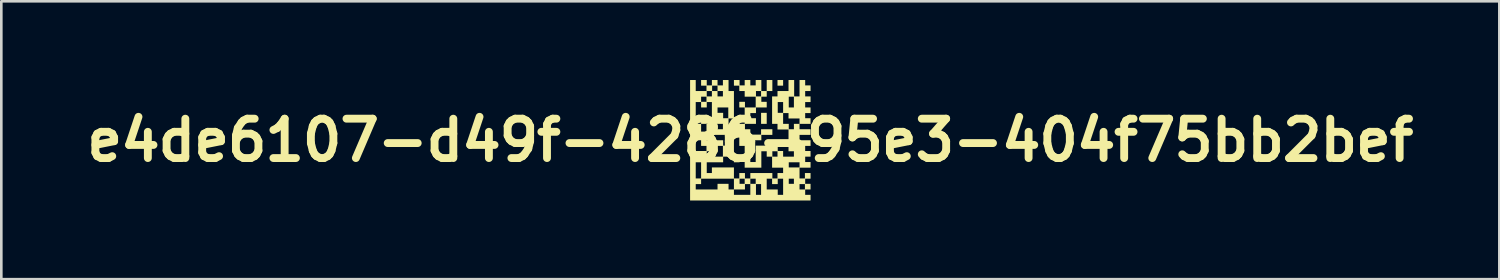
<source format=kicad_pcb>
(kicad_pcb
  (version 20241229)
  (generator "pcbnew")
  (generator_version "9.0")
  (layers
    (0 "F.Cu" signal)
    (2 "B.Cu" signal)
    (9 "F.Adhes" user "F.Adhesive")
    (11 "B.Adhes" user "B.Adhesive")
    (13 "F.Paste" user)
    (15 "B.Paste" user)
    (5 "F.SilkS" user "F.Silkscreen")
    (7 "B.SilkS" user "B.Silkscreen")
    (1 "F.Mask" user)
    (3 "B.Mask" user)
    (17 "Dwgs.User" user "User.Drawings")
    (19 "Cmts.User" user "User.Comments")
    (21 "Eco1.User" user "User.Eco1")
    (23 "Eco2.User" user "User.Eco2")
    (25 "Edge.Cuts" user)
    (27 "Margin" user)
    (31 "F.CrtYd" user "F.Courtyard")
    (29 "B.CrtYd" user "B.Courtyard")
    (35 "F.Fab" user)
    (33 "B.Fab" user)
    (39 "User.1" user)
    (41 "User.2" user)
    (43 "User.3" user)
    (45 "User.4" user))
  (footprint "e4de6107-d49f-4286-95e3-404f75bb2bef"
    (layer "F.Cu")
    (at 25.55 2.296)
    (property "Reference" "e4de6107-d49f-4286-95e3-404f75bb2bef" (at 0 0 0) (layer "F.SilkS") (effects (font (size 1.5 1.5) (thickness 0.3))))
    (attr board_only exclude_from_pos_files exclude_from_bom)
    (fp_poly (pts (xy -0.41 0.733) (xy -0.41 0.84) (xy -0.518 0.84) (xy -0.625 0.84) (xy -0.625 0.733) (xy -0.625 0.625) (xy -0.518 0.625) (xy -0.41 0.625)) (stroke (width 0) (type solid)) (fill yes) (layer "F.SilkS"))
    (fp_poly (pts (xy 0.625 -0.835) (xy 0.625 -0.625) (xy 0.518 -0.625) (xy 0.41 -0.625) (xy 0.41 -0.835) (xy 0.41 -1.045) (xy 0.518 -1.045) (xy 0.625 -1.045)) (stroke (width 0) (type solid)) (fill yes) (layer "F.SilkS"))
    (fp_poly (pts (xy 1.25 -2.188) (xy 1.25 -2.081) (xy 1.143 -2.081) (xy 1.036 -2.081) (xy 1.036 -2.188) (xy 1.036 -2.296) (xy 1.143 -2.296) (xy 1.25 -2.296)) (stroke (width 0) (type solid)) (fill yes) (layer "F.SilkS"))
    (fp_poly (pts (xy -2.081 -2.086) (xy -2.081 -1.876) (xy -1.876 -1.876) (xy -1.671 -1.876) (xy -1.671 -1.978) (xy -1.456 -1.978) (xy -1.456 -1.876) (xy -1.353 -1.876) (xy -1.25 -1.876) (xy -1.25 -1.978) (xy -1.25 -2.081) (xy -1.353 -2.081) (xy -1.456 -2.081) (xy -1.456 -1.978) (xy -1.671 -1.978) (xy -1.671 -2.081) (xy -1.773 -2.081) (xy -1.876 -2.081) (xy -1.876 -2.188) (xy -1.876 -2.296) (xy -1.768 -2.296) (xy -1.661 -2.296) (xy -1.661 -2.193) (xy -1.661 -2.091) (xy -1.563 -2.091) (xy -1.465 -2.091) (xy -1.465 -2.193) (xy -1.465 -2.296) (xy -1.358 -2.296) (xy -1.25 -2.296) (xy -1.25 -2.193) (xy -1.25 -2.091) (xy -1.148 -2.091) (xy -1.045 -2.091) (xy -1.045 -2.193) (xy -1.045 -2.296) (xy -0.938 -2.296) (xy -0.83 -2.296) (xy -0.83 -2.086) (xy -0.83 -1.876) (xy -0.728 -1.876) (xy -0.625 -1.876) (xy -0.625 -1.358) (xy -0.625 -0.84) (xy -0.518 -0.84) (xy -0.41 -0.84) (xy -0.41 -0.733) (xy -0.41 -0.625) (xy -0.313 -0.625) (xy -0.215 -0.625) (xy -0.215 -0.938) (xy -0.215 -1.25) (xy -0.318 -1.25) (xy -0.42 -1.25) (xy -0.42 -1.358) (xy -0.42 -1.465) (xy -0.313 -1.465) (xy -0.205 -1.465) (xy -0.205 -1.358) (xy -0.205 -1.25) (xy 0 -1.25) (xy 0.205 -1.25) (xy 0.205 -1.456) (xy 0.205 -1.661) (xy -0.005 -1.661) (xy -0.215 -1.661) (xy -0.215 -1.768) (xy -0.215 -1.773) (xy 0.215 -1.773) (xy 0.215 -1.671) (xy 0.313 -1.671) (xy 0.41 -1.671) (xy 0.41 -1.773) (xy 0.41 -1.876) (xy 0.313 -1.876) (xy 0.215 -1.876) (xy 0.215 -1.773) (xy -0.215 -1.773) (xy -0.215 -1.876) (xy -0.318 -1.876) (xy -0.42 -1.876) (xy -0.42 -1.978) (xy -0.42 -2.081) (xy -0.523 -2.081) (xy -0.625 -2.081) (xy -0.625 -2.188) (xy -0.625 -2.296) (xy -0.518 -2.296) (xy -0.41 -2.296) (xy -0.41 -2.193) (xy -0.41 -2.091) (xy -0.313 -2.091) (xy -0.215 -2.091) (xy -0.215 -2.193) (xy -0.215 -2.296) (xy -0.107 -2.296) (xy 0 -2.296) (xy 0 -2.193) (xy 0 -2.091) (xy 0.103 -2.091) (xy 0.205 -2.091) (xy 0.205 -2.193) (xy 0.205 -2.296) (xy 0.313 -2.296) (xy 0.42 -2.296) (xy 0.42 -2.086) (xy 0.42 -1.876) (xy 0.523 -1.876) (xy 0.625 -1.876) (xy 0.625 -2.086) (xy 0.625 -2.296) (xy 0.733 -2.296) (xy 0.84 -2.296) (xy 0.84 -2.086) (xy 0.84 -1.876) (xy 0.733 -1.876) (xy 0.625 -1.876) (xy 0.625 -1.768) (xy 0.625 -1.661) (xy 0.523 -1.661) (xy 0.42 -1.661) (xy 0.42 -1.563) (xy 0.42 -1.465) (xy 0.523 -1.465) (xy 0.625 -1.465) (xy 0.625 -1.358) (xy 0.625 -1.25) (xy 0.42 -1.25) (xy 0.215 -1.25) (xy 0.215 -1.143) (xy 0.215 -1.036) (xy 0.107 -1.036) (xy 0 -1.036) (xy 0 -0.938) (xy 0 -0.84) (xy 0.107 -0.84) (xy 0.215 -0.84) (xy 0.215 -0.733) (xy 0.215 -0.625) (xy 0.005 -0.625) (xy -0.205 -0.625) (xy -0.205 -0.523) (xy -0.205 -0.42) (xy -0.103 -0.42) (xy 0 -0.42) (xy 0 -0.318) (xy 0 -0.215) (xy 0.205 -0.215) (xy 0.41 -0.215) (xy 0.41 -0.318) (xy 0.41 -0.42) (xy 0.625 -0.42) (xy 0.84 -0.42) (xy 0.84 -0.313) (xy 0.84 -0.205) (xy 0.63 -0.205) (xy 0.42 -0.205) (xy 0.42 -0.103) (xy 0.42 0) (xy 0.21 0) (xy 0 0) (xy 0 0.415) (xy 0 0.83) (xy 0.103 0.83) (xy 0.205 0.83) (xy 0.205 0.518) (xy 0.205 0.205) (xy 0.415 0.205) (xy 0.625 0.205) (xy 0.625 0.103) (xy 0.625 0) (xy 0.835 0) (xy 1.045 0) (xy 1.045 0.205) (xy 1.045 0.41) (xy 1.148 0.41) (xy 1.25 0.41) (xy 1.25 0.518) (xy 1.25 0.625) (xy 1.456 0.625) (xy 1.661 0.625) (xy 1.661 0.523) (xy 1.661 0.42) (xy 1.558 0.42) (xy 1.456 0.42) (xy 1.456 0.313) (xy 1.456 0.205) (xy 1.558 0.205) (xy 1.661 0.205) (xy 1.661 0.103) (xy 1.661 0) (xy 1.558 0) (xy 1.456 0) (xy 1.456 -0.205) (xy 1.456 -0.41) (xy 1.246 -0.41) (xy 1.036 -0.41) (xy 1.036 -0.518) (xy 1.036 -0.625) (xy 0.933 -0.625) (xy 0.83 -0.625) (xy 0.83 -0.83) (xy 1.25 -0.83) (xy 1.25 -0.625) (xy 1.358 -0.625) (xy 1.465 -0.625) (xy 1.465 -0.523) (xy 1.465 -0.42) (xy 1.563 -0.42) (xy 1.661 -0.42) (xy 1.661 -0.523) (xy 1.661 -0.625) (xy 1.768 -0.625) (xy 1.876 -0.625) (xy 1.876 -0.728) (xy 1.876 -0.83) (xy 1.666 -0.83) (xy 1.456 -0.83) (xy 1.456 -0.933) (xy 1.456 -1.036) (xy 1.353 -1.036) (xy 1.25 -1.036) (xy 1.25 -0.83) (xy 0.83 -0.83) (xy 0.83 -1.148) (xy 0.83 -1.25) (xy 1.045 -1.25) (xy 1.045 -1.045) (xy 1.148 -1.045) (xy 1.25 -1.045) (xy 1.25 -1.25) (xy 1.25 -1.456) (xy 1.465 -1.456) (xy 1.465 -1.25) (xy 1.563 -1.25) (xy 1.661 -1.25) (xy 1.661 -1.456) (xy 1.661 -1.661) (xy 1.563 -1.661) (xy 1.465 -1.661) (xy 1.465 -1.456) (xy 1.25 -1.456) (xy 1.148 -1.456) (xy 1.045 -1.456) (xy 1.045 -1.25) (xy 0.83 -1.25) (xy 0.83 -1.671) (xy 0.933 -1.671) (xy 1.036 -1.671) (xy 1.036 -1.773) (xy 1.036 -1.876) (xy 1.246 -1.876) (xy 1.456 -1.876) (xy 1.456 -2.086) (xy 1.456 -2.296) (xy 1.563 -2.296) (xy 1.671 -2.296) (xy 1.671 -1.983) (xy 1.671 -1.671) (xy 1.773 -1.671) (xy 1.876 -1.671) (xy 1.876 -1.983) (xy 1.876 -2.296) (xy 1.983 -2.296) (xy 2.091 -2.296) (xy 2.091 -2.193) (xy 2.091 -2.091) (xy 2.193 -2.091) (xy 2.296 -2.091) (xy 2.296 -1.983) (xy 2.296 -1.876) (xy 2.193 -1.876) (xy 2.091 -1.876) (xy 2.091 -1.773) (xy 2.091 -1.671) (xy 2.193 -1.671) (xy 2.296 -1.671) (xy 2.296 -1.563) (xy 2.296 -1.456) (xy 2.193 -1.456) (xy 2.091 -1.456) (xy 2.091 -1.353) (xy 2.091 -1.25) (xy 2.193 -1.25) (xy 2.296 -1.25) (xy 2.296 -1.143) (xy 2.296 -1.036) (xy 2.193 -1.036) (xy 2.091 -1.036) (xy 2.091 -0.938) (xy 2.091 -0.84) (xy 2.193 -0.84) (xy 2.296 -0.84) (xy 2.296 -0.733) (xy 2.296 -0.625) (xy 2.086 -0.625) (xy 1.876 -0.625) (xy 1.876 -0.523) (xy 1.876 -0.42) (xy 2.086 -0.42) (xy 2.296 -0.42) (xy 2.296 -0.313) (xy 2.296 -0.205) (xy 2.086 -0.205) (xy 1.876 -0.205) (xy 1.876 -0.103) (xy 1.876 0) (xy 2.086 0) (xy 2.296 0) (xy 2.296 0.107) (xy 2.296 0.215) (xy 2.193 0.215) (xy 2.091 0.215) (xy 2.091 0.313) (xy 2.091 0.41) (xy 2.193 0.41) (xy 2.296 0.41) (xy 2.296 0.518) (xy 2.296 0.625) (xy 2.193 0.625) (xy 2.091 0.625) (xy 2.091 0.728) (xy 2.091 0.83) (xy 2.193 0.83) (xy 2.296 0.83) (xy 2.296 0.938) (xy 2.296 1.045) (xy 2.086 1.045) (xy 1.876 1.045) (xy 1.876 1.25) (xy 1.876 1.456) (xy 1.978 1.456) (xy 2.081 1.456) (xy 2.081 1.353) (xy 2.081 1.25) (xy 2.188 1.25) (xy 2.296 1.25) (xy 2.296 1.358) (xy 2.296 1.465) (xy 2.193 1.465) (xy 2.091 1.465) (xy 2.091 1.563) (xy 2.091 1.661) (xy 2.193 1.661) (xy 2.296 1.661) (xy 2.296 1.768) (xy 2.296 1.876) (xy 2.193 1.876) (xy 2.091 1.876) (xy 2.091 1.978) (xy 2.091 2.081) (xy 2.193 2.081) (xy 2.296 2.081) (xy 2.296 2.188) (xy 2.296 2.296) (xy 0 2.296) (xy -2.296 2.296) (xy -2.296 1.671) (xy -2.081 1.671) (xy -2.081 1.773) (xy -2.081 1.876) (xy -1.666 1.876) (xy -1.25 1.876) (xy -1.25 1.768) (xy -1.25 1.661) (xy -1.04 1.661) (xy -0.83 1.661) (xy -0.83 1.768) (xy -0.83 1.876) (xy -0.728 1.876) (xy -0.625 1.876) (xy -0.625 1.978) (xy -0.625 2.081) (xy -0.313 2.081) (xy 0 2.081) (xy 0 1.876) (xy 0.215 1.876) (xy 0.215 2.081) (xy 0.313 2.081) (xy 0.41 2.081) (xy 0.41 1.876) (xy 0.41 1.671) (xy 0.625 1.671) (xy 0.625 1.876) (xy 0.835 1.876) (xy 1.045 1.876) (xy 1.045 1.978) (xy 1.045 2.081) (xy 1.148 2.081) (xy 1.25 2.081) (xy 1.25 1.773) (xy 1.876 1.773) (xy 1.876 1.876) (xy 1.978 1.876) (xy 2.081 1.876) (xy 2.081 1.773) (xy 2.081 1.671) (xy 1.978 1.671) (xy 1.876 1.671) (xy 1.876 1.773) (xy 1.25 1.773) (xy 1.25 1.563) (xy 1.465 1.563) (xy 1.465 1.661) (xy 1.563 1.661) (xy 1.661 1.661) (xy 1.661 1.563) (xy 1.661 1.465) (xy 1.563 1.465) (xy 1.465 1.465) (xy 1.465 1.563) (xy 1.25 1.563) (xy 1.25 1.465) (xy 1.148 1.465) (xy 1.045 1.465) (xy 1.045 1.568) (xy 1.045 1.671) (xy 0.938 1.671) (xy 0.83 1.671) (xy 0.83 1.568) (xy 0.83 1.465) (xy 0.728 1.465) (xy 0.625 1.465) (xy 0.625 1.671) (xy 0.41 1.671) (xy 0.313 1.671) (xy 0.215 1.671) (xy 0.215 1.876) (xy 0 1.876) (xy 0 1.671) (xy -0.103 1.671) (xy -0.205 1.671) (xy -0.205 1.773) (xy -0.205 1.876) (xy -0.415 1.876) (xy -0.625 1.876) (xy -0.625 1.671) (xy -0.625 1.563) (xy -0.41 1.563) (xy -0.41 1.661) (xy -0.313 1.661) (xy -0.215 1.661) (xy -0.215 1.563) (xy 0 1.563) (xy 0 1.661) (xy 0.103 1.661) (xy 0.205 1.661) (xy 0.205 1.563) (xy 0.205 1.465) (xy 0.103 1.465) (xy 0 1.465) (xy 0 1.563) (xy -0.215 1.563) (xy -0.215 1.465) (xy -0.313 1.465) (xy -0.41 1.465) (xy -0.41 1.563) (xy -0.625 1.563) (xy -0.625 1.465) (xy -1.25 1.465) (xy -1.876 1.465) (xy -1.876 1.568) (xy -1.876 1.671) (xy -1.978 1.671) (xy -2.081 1.671) (xy -2.296 1.671) (xy -2.296 1.148) (xy -2.081 1.148) (xy -2.081 1.456) (xy -1.978 1.456) (xy -1.876 1.456) (xy -1.876 1.148) (xy -1.876 0.84) (xy -1.661 0.84) (xy -1.661 1.045) (xy -1.661 1.25) (xy -1.563 1.25) (xy -1.465 1.25) (xy -1.465 1.143) (xy -1.465 1.036) (xy -1.045 1.036) (xy -0.625 1.036) (xy -0.625 1.246) (xy -0.625 1.456) (xy -0.523 1.456) (xy -0.42 1.456) (xy -0.42 1.353) (xy -0.42 1.25) (xy -0.313 1.25) (xy -0.205 1.25) (xy -0.205 1.353) (xy -0.205 1.456) (xy -0.103 1.456) (xy 0 1.456) (xy 0 1.353) (xy 0 1.25) (xy 0.42 1.25) (xy 0.84 1.25) (xy 0.84 1.353) (xy 0.84 1.456) (xy 0.938 1.456) (xy 1.036 1.456) (xy 1.036 1.353) (xy 1.036 1.25) (xy 1.143 1.25) (xy 1.25 1.25) (xy 1.25 1.148) (xy 1.25 1.045) (xy 1.04 1.045) (xy 0.83 1.045) (xy 0.83 0.938) (xy 1.465 0.938) (xy 1.465 1.036) (xy 1.671 1.036) (xy 1.876 1.036) (xy 1.876 0.938) (xy 1.876 0.84) (xy 1.671 0.84) (xy 1.465 0.84) (xy 1.465 0.938) (xy 0.83 0.938) (xy 0.83 0.835) (xy 0.83 0.625) (xy 0.728 0.625) (xy 0.625 0.625) (xy 0.625 0.523) (xy 0.84 0.523) (xy 0.84 0.625) (xy 0.938 0.625) (xy 1.036 0.625) (xy 1.036 0.523) (xy 1.036 0.42) (xy 0.938 0.42) (xy 0.84 0.42) (xy 0.84 0.523) (xy 0.625 0.523) (xy 0.625 0.42) (xy 0.523 0.42) (xy 0.42 0.42) (xy 0.42 0.733) (xy 0.42 1.045) (xy 0.103 1.045) (xy -0.215 1.045) (xy -0.215 0.63) (xy -0.215 0.215) (xy -0.318 0.215) (xy -0.42 0.215) (xy -0.42 0.005) (xy -0.42 -0.205) (xy -0.523 -0.205) (xy -0.625 -0.205) (xy -0.625 0.21) (xy -0.625 0.625) (xy -0.83 0.625) (xy -1.036 0.625) (xy -1.036 0.733) (xy -1.036 0.84) (xy -1.348 0.84) (xy -1.661 0.84) (xy -1.876 0.84) (xy -1.978 0.84) (xy -2.081 0.84) (xy -2.081 1.148) (xy -2.296 1.148) (xy -2.296 0.42) (xy -1.661 0.42) (xy -1.661 0.523) (xy -1.661 0.625) (xy -1.353 0.625) (xy -1.045 0.625) (xy -1.045 0.42) (xy -1.045 0.215) (xy -1.148 0.215) (xy -1.25 0.215) (xy -1.25 0.318) (xy -1.25 0.42) (xy -1.456 0.42) (xy -1.661 0.42) (xy -2.296 0.42) (xy -2.296 0.205) (xy -2.081 0.205) (xy -2.081 0.41) (xy -1.876 0.41) (xy -1.671 0.41) (xy -1.671 0.313) (xy -1.671 0.215) (xy -1.773 0.215) (xy -1.876 0.215) (xy -1.876 0.107) (xy -1.876 0) (xy -1.978 0) (xy -2.081 0) (xy -2.081 0.205) (xy -2.296 0.205) (xy -2.296 0) (xy -2.296 -0.103) (xy -1.661 -0.103) (xy -1.661 0) (xy -1.348 0) (xy -1.036 0) (xy -1.036 0.103) (xy -1.036 0.205) (xy -0.938 0.205) (xy -0.84 0.205) (xy -0.84 0) (xy -0.84 -0.205) (xy -1.25 -0.205) (xy -1.661 -0.205) (xy -1.661 -0.103) (xy -2.296 -0.103) (xy -2.296 -0.42) (xy -1.876 -0.42) (xy -1.876 -0.215) (xy -1.773 -0.215) (xy -1.671 -0.215) (xy -1.671 -0.42) (xy -1.671 -0.523) (xy -1.456 -0.523) (xy -1.456 -0.42) (xy -1.25 -0.42) (xy -1.045 -0.42) (xy -1.045 -0.523) (xy -0.83 -0.523) (xy -0.83 -0.215) (xy -0.728 -0.215) (xy -0.625 -0.215) (xy -0.625 -0.523) (xy -0.625 -0.83) (xy -0.728 -0.83) (xy -0.83 -0.83) (xy -0.83 -0.523) (xy -1.045 -0.523) (xy -1.045 -0.625) (xy -1.25 -0.625) (xy -1.456 -0.625) (xy -1.456 -0.523) (xy -1.671 -0.523) (xy -1.671 -0.625) (xy -1.773 -0.625) (xy -1.876 -0.625) (xy -1.876 -0.42) (xy -2.296 -0.42) (xy -2.296 -1.04) (xy -2.081 -1.04) (xy -2.081 -0.625) (xy -1.978 -0.625) (xy -1.876 -0.625) (xy -1.876 -0.733) (xy -1.876 -0.84) (xy -1.768 -0.84) (xy -1.661 -0.84) (xy -1.661 -0.733) (xy -1.661 -0.625) (xy -1.563 -0.625) (xy -1.465 -0.625) (xy -1.465 -1.04) (xy -1.465 -1.148) (xy -1.25 -1.148) (xy -1.25 -1.045) (xy -1.143 -1.045) (xy -1.036 -1.045) (xy -1.036 -0.943) (xy -1.036 -0.84) (xy -0.938 -0.84) (xy -0.84 -0.84) (xy -0.84 -1.045) (xy -0.84 -1.25) (xy -1.045 -1.25) (xy -1.25 -1.25) (xy -1.25 -1.148) (xy -1.465 -1.148) (xy -1.465 -1.456) (xy -1.563 -1.456) (xy -1.661 -1.456) (xy -1.661 -1.353) (xy -1.661 -1.25) (xy -1.768 -1.25) (xy -1.876 -1.25) (xy -1.876 -1.353) (xy -1.876 -1.456) (xy -1.978 -1.456) (xy -2.081 -1.456) (xy -2.081 -1.04) (xy -2.296 -1.04) (xy -2.296 -1.563) (xy -1.876 -1.563) (xy -1.876 -1.465) (xy -1.773 -1.465) (xy -1.671 -1.465) (xy -1.671 -1.563) (xy -1.671 -1.661) (xy -1.773 -1.661) (xy -1.876 -1.661) (xy -1.876 -1.563) (xy -2.296 -1.563) (xy -2.296 -1.773) (xy -1.661 -1.773) (xy -1.661 -1.671) (xy -1.563 -1.671) (xy -1.465 -1.671) (xy -1.465 -1.773) (xy -1.25 -1.773) (xy -1.25 -1.671) (xy -1.148 -1.671) (xy -1.045 -1.671) (xy -1.045 -1.773) (xy -1.045 -1.876) (xy -1.148 -1.876) (xy -1.25 -1.876) (xy -1.25 -1.773) (xy -1.465 -1.773) (xy -1.465 -1.876) (xy -1.563 -1.876) (xy -1.661 -1.876) (xy -1.661 -1.773) (xy -2.296 -1.773) (xy -2.296 -2.296) (xy -2.188 -2.296) (xy -2.081 -2.296)) (stroke (width 0) (type solid)) (fill yes) (layer "F.SilkS")))
  (gr_rect
    (start -3 -3)
    (end 54.1 7.592)
    (stroke (width 0.1) (type default))
    (fill no)
    (layer "Edge.Cuts")))
</source>
